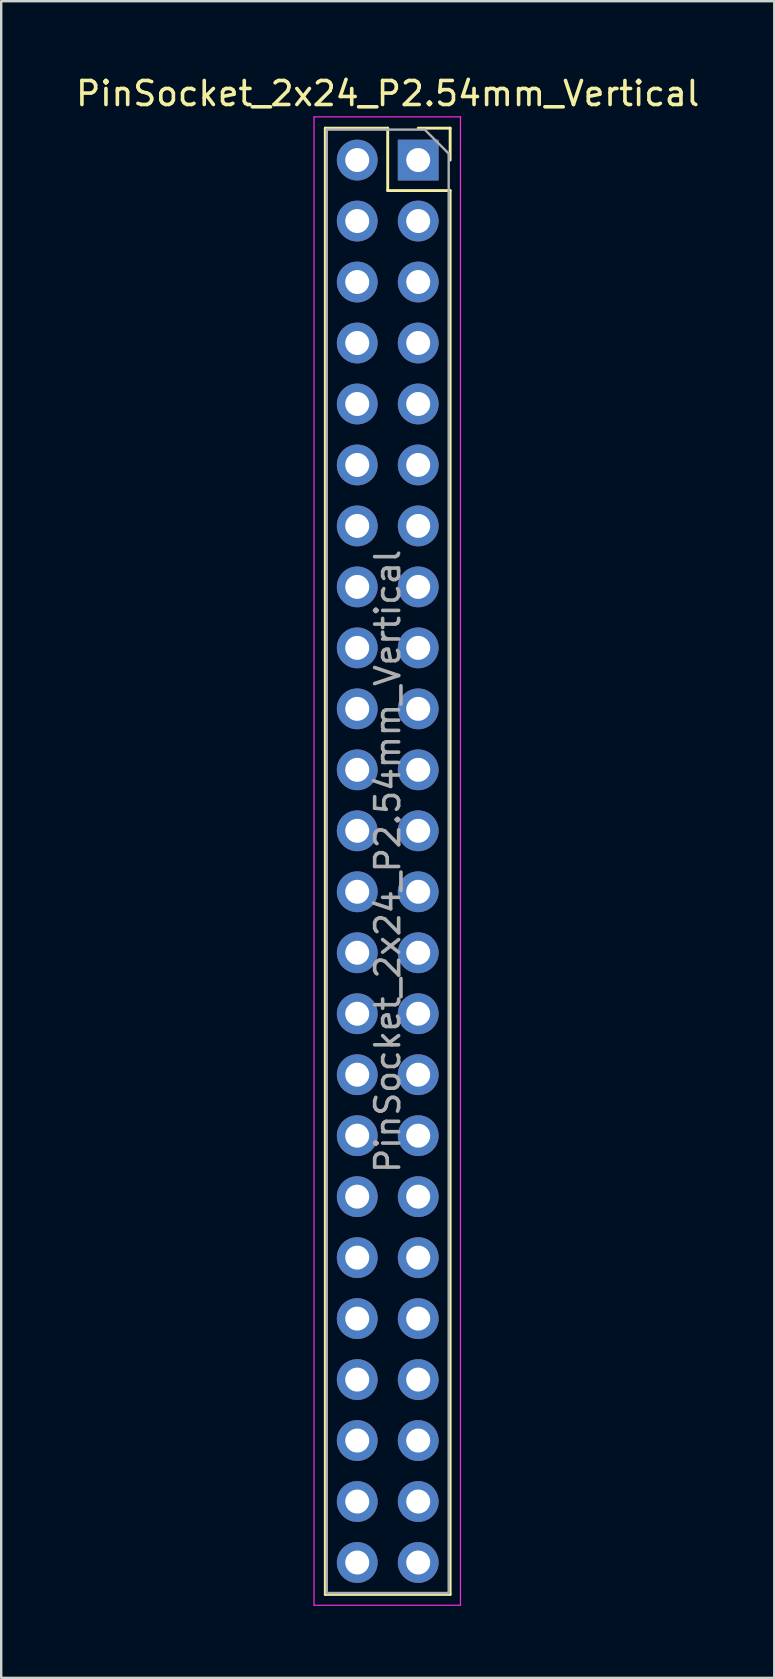
<source format=kicad_pcb>
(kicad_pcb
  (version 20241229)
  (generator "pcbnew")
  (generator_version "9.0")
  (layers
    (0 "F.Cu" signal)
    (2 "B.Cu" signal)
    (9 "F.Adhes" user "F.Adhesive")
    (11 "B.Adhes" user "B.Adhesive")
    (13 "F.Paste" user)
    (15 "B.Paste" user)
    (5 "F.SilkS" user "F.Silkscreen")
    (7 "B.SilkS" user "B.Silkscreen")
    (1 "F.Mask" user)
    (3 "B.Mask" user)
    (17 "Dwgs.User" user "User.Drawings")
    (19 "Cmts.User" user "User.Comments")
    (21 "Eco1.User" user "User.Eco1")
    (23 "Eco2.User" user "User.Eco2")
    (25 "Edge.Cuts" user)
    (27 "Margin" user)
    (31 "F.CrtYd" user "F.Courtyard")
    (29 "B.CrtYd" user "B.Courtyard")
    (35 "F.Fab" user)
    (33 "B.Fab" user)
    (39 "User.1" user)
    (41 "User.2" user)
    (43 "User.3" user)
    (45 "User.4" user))
  (footprint "PinSocket_2x24_P2.54mm_Vertical"
    (layer "F.Cu")
    (at 14.371 3.618)
    (property "Reference" "PinSocket_2x24_P2.54mm_Vertical" (at -1.27 -2.77 0) (layer "F.SilkS") (effects (font (size 1 1) (thickness 0.15))))
    (attr through_hole)
    (fp_line (start -3.87 -1.33) (end -3.87 59.75) (stroke (width 0.12) (type solid)) (layer "F.SilkS"))
    (fp_line (start -3.87 -1.33) (end -1.27 -1.33) (stroke (width 0.12) (type solid)) (layer "F.SilkS"))
    (fp_line (start -3.87 59.75) (end 1.33 59.75) (stroke (width 0.12) (type solid)) (layer "F.SilkS"))
    (fp_line (start -1.27 -1.33) (end -1.27 1.27) (stroke (width 0.12) (type solid)) (layer "F.SilkS"))
    (fp_line (start -1.27 1.27) (end 1.33 1.27) (stroke (width 0.12) (type solid)) (layer "F.SilkS"))
    (fp_line (start 0 -1.33) (end 1.33 -1.33) (stroke (width 0.12) (type solid)) (layer "F.SilkS"))
    (fp_line (start 1.33 -1.33) (end 1.33 0) (stroke (width 0.12) (type solid)) (layer "F.SilkS"))
    (fp_line (start 1.33 1.27) (end 1.33 59.75) (stroke (width 0.12) (type solid)) (layer "F.SilkS"))
    (fp_line (start -4.34 -1.8) (end 1.76 -1.8) (stroke (width 0.05) (type solid)) (layer "F.CrtYd"))
    (fp_line (start -4.34 60.2) (end -4.34 -1.8) (stroke (width 0.05) (type solid)) (layer "F.CrtYd"))
    (fp_line (start 1.76 -1.8) (end 1.76 60.2) (stroke (width 0.05) (type solid)) (layer "F.CrtYd"))
    (fp_line (start 1.76 60.2) (end -4.34 60.2) (stroke (width 0.05) (type solid)) (layer "F.CrtYd"))
    (fp_line (start -3.81 -1.27) (end 0.27 -1.27) (stroke (width 0.1) (type solid)) (layer "F.Fab"))
    (fp_line (start -3.81 59.69) (end -3.81 -1.27) (stroke (width 0.1) (type solid)) (layer "F.Fab"))
    (fp_line (start 0.27 -1.27) (end 1.27 -0.27) (stroke (width 0.1) (type solid)) (layer "F.Fab"))
    (fp_line (start 1.27 -0.27) (end 1.27 59.69) (stroke (width 0.1) (type solid)) (layer "F.Fab"))
    (fp_line (start 1.27 59.69) (end -3.81 59.69) (stroke (width 0.1) (type solid)) (layer "F.Fab"))
    (fp_text user "${REFERENCE}" (at -1.27 29.21 90) (layer "F.Fab") (effects (font (size 1 1) (thickness 0.15))))
    (pad "1" thru_hole rect (at 0 0) (size 1.7 1.7) (drill 1) (layers "*.Cu" "*.Mask"))
    (pad "2" thru_hole oval (at -2.54 0) (size 1.7 1.7) (drill 1) (layers "*.Cu" "*.Mask"))
    (pad "3" thru_hole oval (at 0 2.54) (size 1.7 1.7) (drill 1) (layers "*.Cu" "*.Mask"))
    (pad "4" thru_hole oval (at -2.54 2.54) (size 1.7 1.7) (drill 1) (layers "*.Cu" "*.Mask"))
    (pad "5" thru_hole oval (at 0 5.08) (size 1.7 1.7) (drill 1) (layers "*.Cu" "*.Mask"))
    (pad "6" thru_hole oval (at -2.54 5.08) (size 1.7 1.7) (drill 1) (layers "*.Cu" "*.Mask"))
    (pad "7" thru_hole oval (at 0 7.62) (size 1.7 1.7) (drill 1) (layers "*.Cu" "*.Mask"))
    (pad "8" thru_hole oval (at -2.54 7.62) (size 1.7 1.7) (drill 1) (layers "*.Cu" "*.Mask"))
    (pad "9" thru_hole oval (at 0 10.16) (size 1.7 1.7) (drill 1) (layers "*.Cu" "*.Mask"))
    (pad "10" thru_hole oval (at -2.54 10.16) (size 1.7 1.7) (drill 1) (layers "*.Cu" "*.Mask"))
    (pad "11" thru_hole oval (at 0 12.7) (size 1.7 1.7) (drill 1) (layers "*.Cu" "*.Mask"))
    (pad "12" thru_hole oval (at -2.54 12.7) (size 1.7 1.7) (drill 1) (layers "*.Cu" "*.Mask"))
    (pad "13" thru_hole oval (at 0 15.24) (size 1.7 1.7) (drill 1) (layers "*.Cu" "*.Mask"))
    (pad "14" thru_hole oval (at -2.54 15.24) (size 1.7 1.7) (drill 1) (layers "*.Cu" "*.Mask"))
    (pad "15" thru_hole oval (at 0 17.78) (size 1.7 1.7) (drill 1) (layers "*.Cu" "*.Mask"))
    (pad "16" thru_hole oval (at -2.54 17.78) (size 1.7 1.7) (drill 1) (layers "*.Cu" "*.Mask"))
    (pad "17" thru_hole oval (at 0 20.32) (size 1.7 1.7) (drill 1) (layers "*.Cu" "*.Mask"))
    (pad "18" thru_hole oval (at -2.54 20.32) (size 1.7 1.7) (drill 1) (layers "*.Cu" "*.Mask"))
    (pad "19" thru_hole oval (at 0 22.86) (size 1.7 1.7) (drill 1) (layers "*.Cu" "*.Mask"))
    (pad "20" thru_hole oval (at -2.54 22.86) (size 1.7 1.7) (drill 1) (layers "*.Cu" "*.Mask"))
    (pad "21" thru_hole oval (at 0 25.4) (size 1.7 1.7) (drill 1) (layers "*.Cu" "*.Mask"))
    (pad "22" thru_hole oval (at -2.54 25.4) (size 1.7 1.7) (drill 1) (layers "*.Cu" "*.Mask"))
    (pad "23" thru_hole oval (at 0 27.94) (size 1.7 1.7) (drill 1) (layers "*.Cu" "*.Mask"))
    (pad "24" thru_hole oval (at -2.54 27.94) (size 1.7 1.7) (drill 1) (layers "*.Cu" "*.Mask"))
    (pad "25" thru_hole oval (at 0 30.48) (size 1.7 1.7) (drill 1) (layers "*.Cu" "*.Mask"))
    (pad "26" thru_hole oval (at -2.54 30.48) (size 1.7 1.7) (drill 1) (layers "*.Cu" "*.Mask"))
    (pad "27" thru_hole oval (at 0 33.02) (size 1.7 1.7) (drill 1) (layers "*.Cu" "*.Mask"))
    (pad "28" thru_hole oval (at -2.54 33.02) (size 1.7 1.7) (drill 1) (layers "*.Cu" "*.Mask"))
    (pad "29" thru_hole oval (at 0 35.56) (size 1.7 1.7) (drill 1) (layers "*.Cu" "*.Mask"))
    (pad "30" thru_hole oval (at -2.54 35.56) (size 1.7 1.7) (drill 1) (layers "*.Cu" "*.Mask"))
    (pad "31" thru_hole oval (at 0 38.1) (size 1.7 1.7) (drill 1) (layers "*.Cu" "*.Mask"))
    (pad "32" thru_hole oval (at -2.54 38.1) (size 1.7 1.7) (drill 1) (layers "*.Cu" "*.Mask"))
    (pad "33" thru_hole oval (at 0 40.64) (size 1.7 1.7) (drill 1) (layers "*.Cu" "*.Mask"))
    (pad "34" thru_hole oval (at -2.54 40.64) (size 1.7 1.7) (drill 1) (layers "*.Cu" "*.Mask"))
    (pad "35" thru_hole oval (at 0 43.18) (size 1.7 1.7) (drill 1) (layers "*.Cu" "*.Mask"))
    (pad "36" thru_hole oval (at -2.54 43.18) (size 1.7 1.7) (drill 1) (layers "*.Cu" "*.Mask"))
    (pad "37" thru_hole oval (at 0 45.72) (size 1.7 1.7) (drill 1) (layers "*.Cu" "*.Mask"))
    (pad "38" thru_hole oval (at -2.54 45.72) (size 1.7 1.7) (drill 1) (layers "*.Cu" "*.Mask"))
    (pad "39" thru_hole oval (at 0 48.26) (size 1.7 1.7) (drill 1) (layers "*.Cu" "*.Mask"))
    (pad "40" thru_hole oval (at -2.54 48.26) (size 1.7 1.7) (drill 1) (layers "*.Cu" "*.Mask"))
    (pad "41" thru_hole oval (at 0 50.8) (size 1.7 1.7) (drill 1) (layers "*.Cu" "*.Mask"))
    (pad "42" thru_hole oval (at -2.54 50.8) (size 1.7 1.7) (drill 1) (layers "*.Cu" "*.Mask"))
    (pad "43" thru_hole oval (at 0 53.34) (size 1.7 1.7) (drill 1) (layers "*.Cu" "*.Mask"))
    (pad "44" thru_hole oval (at -2.54 53.34) (size 1.7 1.7) (drill 1) (layers "*.Cu" "*.Mask"))
    (pad "45" thru_hole oval (at 0 55.88) (size 1.7 1.7) (drill 1) (layers "*.Cu" "*.Mask"))
    (pad "46" thru_hole oval (at -2.54 55.88) (size 1.7 1.7) (drill 1) (layers "*.Cu" "*.Mask"))
    (pad "47" thru_hole oval (at 0 58.42) (size 1.7 1.7) (drill 1) (layers "*.Cu" "*.Mask"))
    (pad "48" thru_hole oval (at -2.54 58.42) (size 1.7 1.7) (drill 1) (layers "*.Cu" "*.Mask")))
  (gr_rect
    (start -3 -3)
    (end 29.202 66.843)
    (stroke (width 0.1) (type default))
    (fill no)
    (layer "Edge.Cuts")))
</source>
